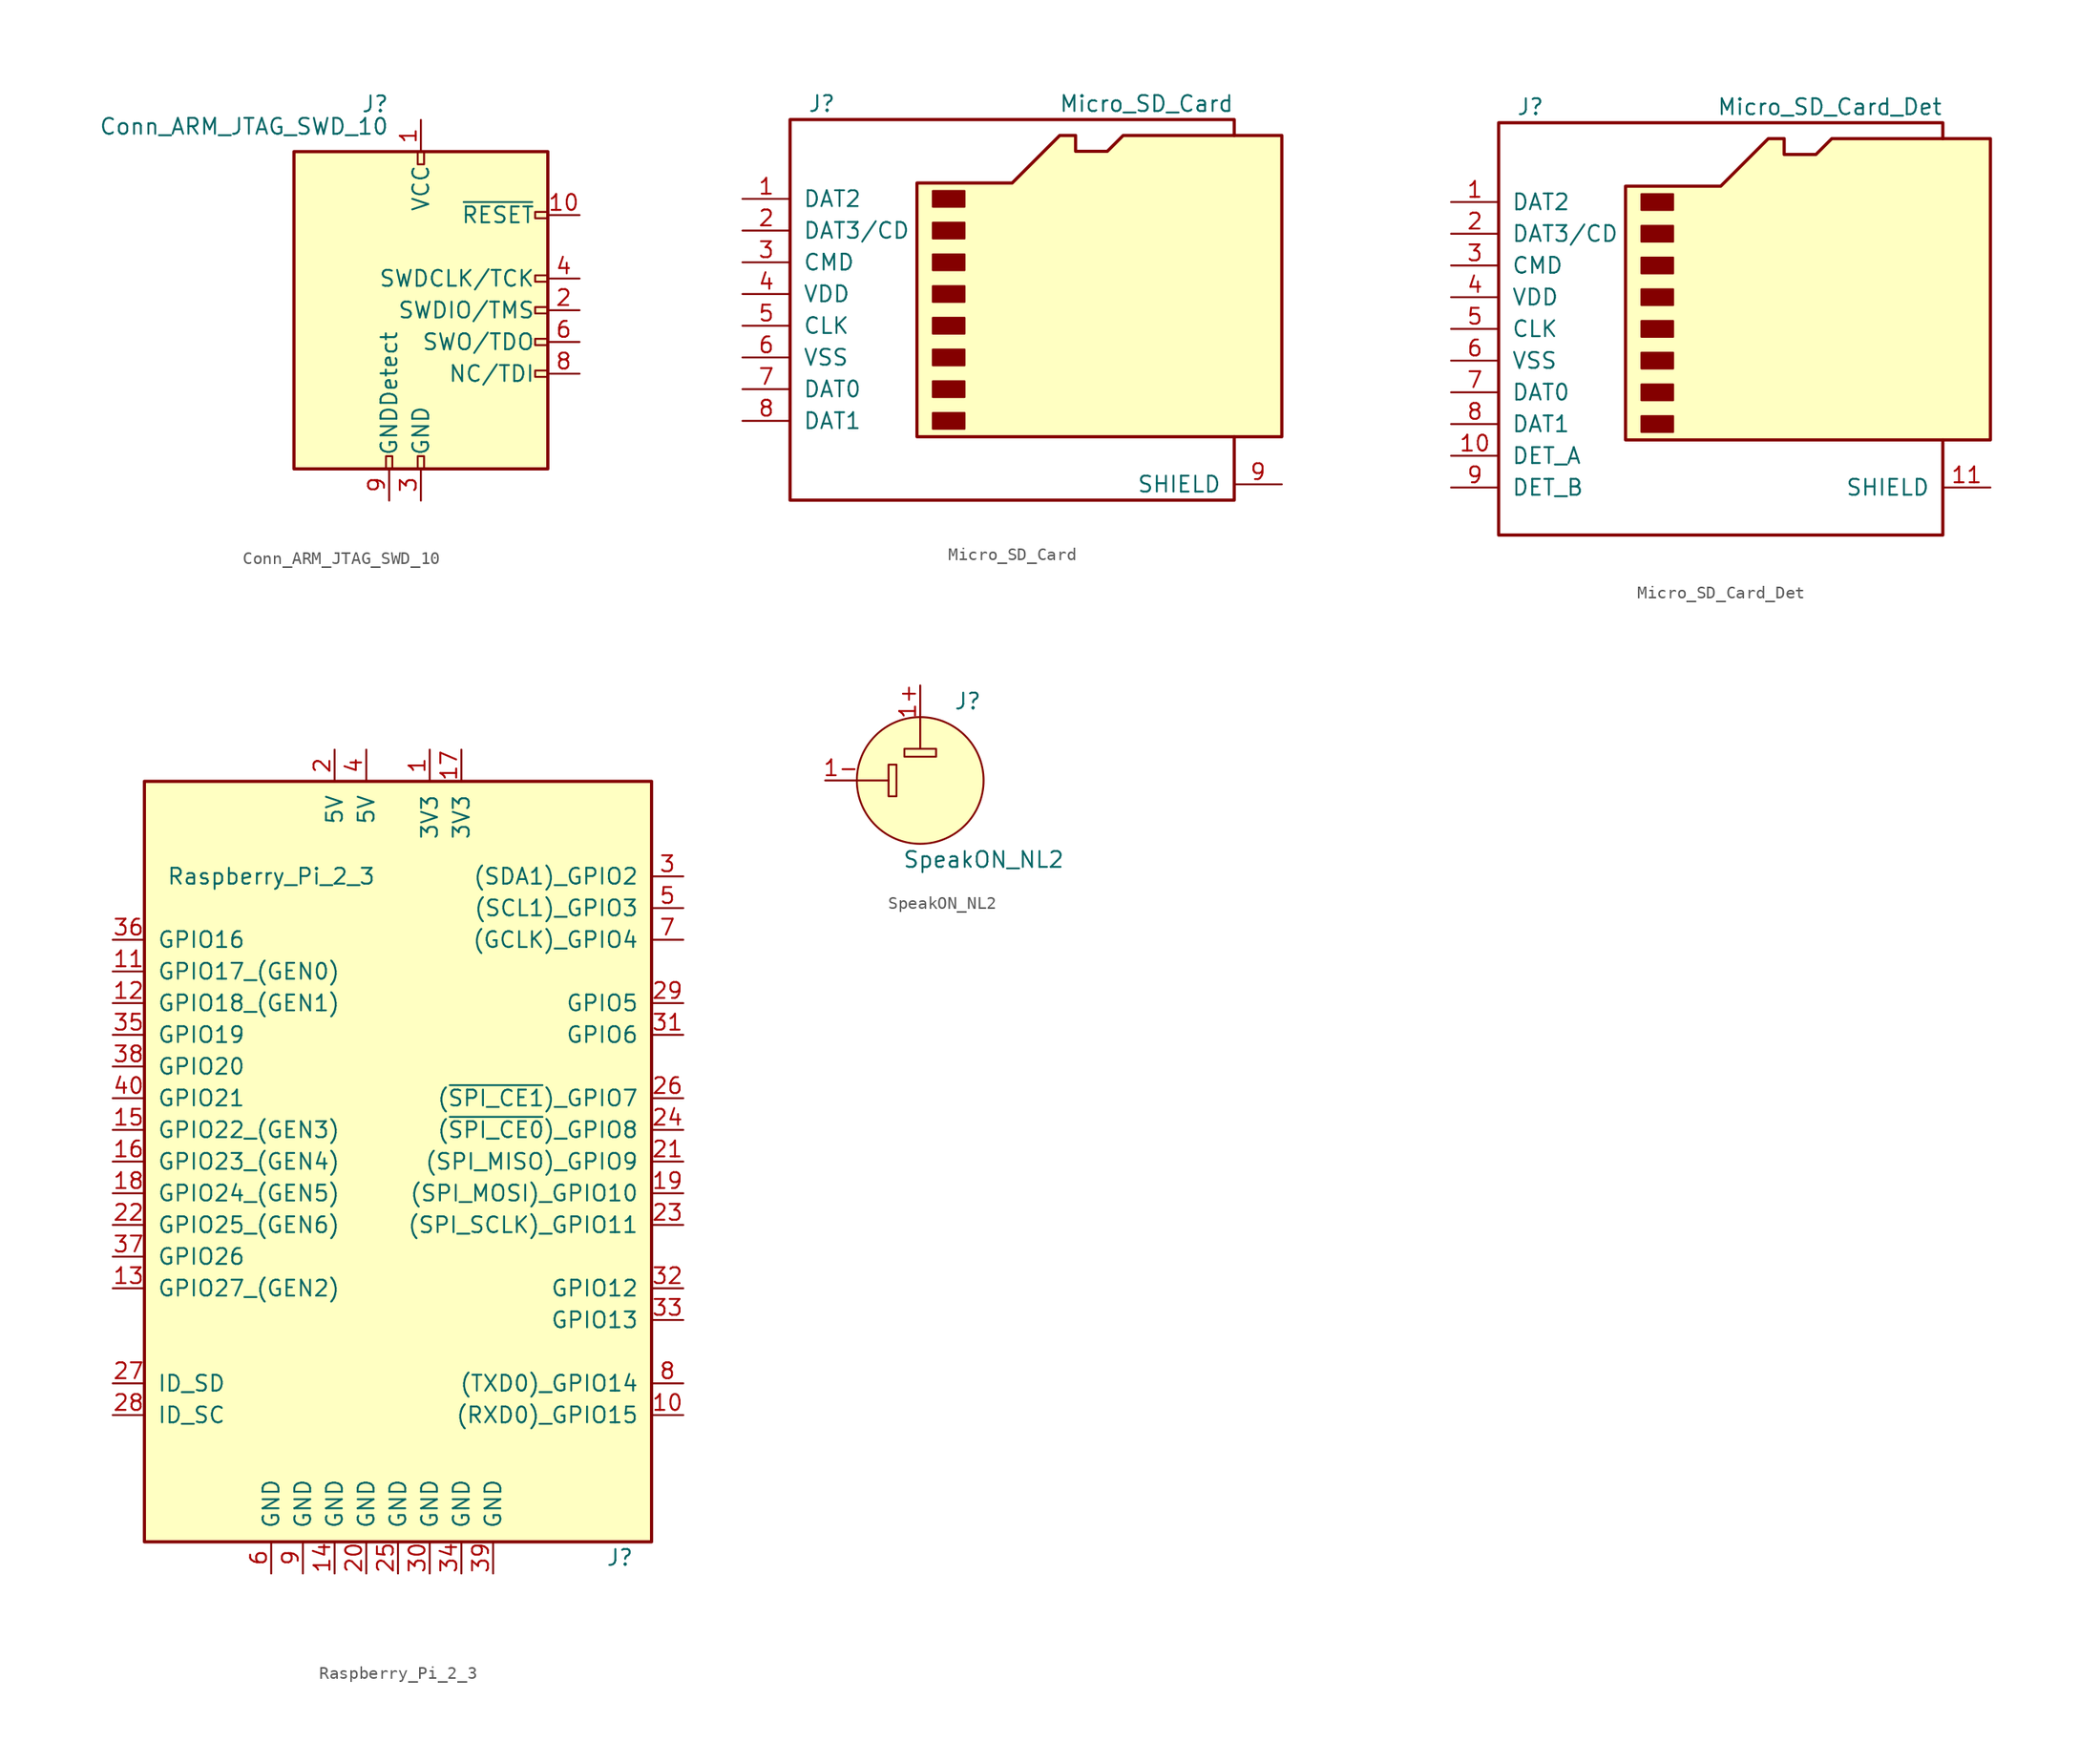
<source format=kicad_sym>
(kicad_symbol_lib
  (version 20201005)
  (generator kicad_symbol_editor)
  (symbol "Conn_ARM_JTAG_SWD_10"
    (pin_names
      (offset 1.016))
    (property "Reference" "J"
      (at -2.54 16.51 0)
      (effects (font (size 1.27 1.27)) (justify right)))
    (property "Value" "Conn_ARM_JTAG_SWD_10"
      (at -2.54 13.97 0)
      (effects (font (size 1.27 1.27)) (justify right bottom)))
    (symbol "Conn_ARM_JTAG_SWD_10_0_1"
      (rectangle (start -10.16 12.7) (end 10.16 -12.7) (stroke (width 0.254)) (fill (type background)))
      (rectangle (start -2.794 -12.7) (end -2.286 -11.684) (stroke (width 0)) (fill (type none)))
      (rectangle (start -0.254 -12.7) (end 0.254 -11.684) (stroke (width 0)) (fill (type none)))
      (rectangle (start -0.254 12.7) (end 0.254 11.684) (stroke (width 0)) (fill (type none)))
      (rectangle (start 9.144 2.286) (end 10.16 2.794) (stroke (width 0)) (fill (type none)))
      (rectangle (start 10.16 -2.794) (end 9.144 -2.286) (stroke (width 0)) (fill (type none)))
      (rectangle (start 10.16 -0.254) (end 9.144 0.254) (stroke (width 0)) (fill (type none)))
      (rectangle (start 10.16 7.874) (end 9.144 7.366) (stroke (width 0)) (fill (type none))))
    (symbol "Conn_ARM_JTAG_SWD_10_1_1"
      (rectangle (start 9.144 -5.334) (end 10.16 -4.826) (stroke (width 0)) (fill (type none)))
      (pin power_in line (at 0 15.24 270) (length 2.54) (name "VCC" (effects (font (size 1.27 1.27)))) (number "1" (effects (font (size 1.27 1.27)))))
      (pin open_collector line (at 12.7 7.62 180) (length 2.54) (name "~RESET~" (effects (font (size 1.27 1.27)))) (number "10" (effects (font (size 1.27 1.27)))))
      (pin bidirectional line (at 12.7 0 180) (length 2.54) (name "SWDIO/TMS" (effects (font (size 1.27 1.27)))) (number "2" (effects (font (size 1.27 1.27)))))
      (pin power_in line (at 0 -15.24 90) (length 2.54) (name "GND" (effects (font (size 1.27 1.27)))) (number "3" (effects (font (size 1.27 1.27)))))
      (pin output line (at 12.7 2.54 180) (length 2.54) (name "SWDCLK/TCK" (effects (font (size 1.27 1.27)))) (number "4" (effects (font (size 1.27 1.27)))))
      (pin passive line (at 0 -15.24 90) (length 2.54) hide (name "GND" (effects (font (size 1.27 1.27)))) (number "5" (effects (font (size 1.27 1.27)))))
      (pin input line (at 12.7 -2.54 180) (length 2.54) (name "SWO/TDO" (effects (font (size 1.27 1.27)))) (number "6" (effects (font (size 1.27 1.27)))))
      (pin no_connect line (at -10.16 0 0) (length 2.54) hide (name "KEY" (effects (font (size 1.27 1.27)))) (number "7" (effects (font (size 1.27 1.27)))))
      (pin output line (at 12.7 -5.08 180) (length 2.54) (name "NC/TDI" (effects (font (size 1.27 1.27)))) (number "8" (effects (font (size 1.27 1.27)))))
      (pin input line (at -2.54 -15.24 90) (length 2.54) (name "GNDDetect" (effects (font (size 1.27 1.27)))) (number "9" (effects (font (size 1.27 1.27)))))))
  (symbol "Micro_SD_Card"
    (pin_names
      (offset 1.016))
    (property "Reference" "J"
      (at -16.51 15.24 0)
      (effects (font (size 1.27 1.27))))
    (property "Value" "Micro_SD_Card"
      (at 16.51 15.24 0)
      (effects (font (size 1.27 1.27)) (justify right)))
    (symbol "Micro_SD_Card_0_1"
      (rectangle (start -7.62 -9.525) (end -5.08 -10.795) (stroke (width 0)) (fill (type outline)))
      (rectangle (start -7.62 -6.985) (end -5.08 -8.255) (stroke (width 0)) (fill (type outline)))
      (rectangle (start -7.62 -4.445) (end -5.08 -5.715) (stroke (width 0)) (fill (type outline)))
      (rectangle (start -7.62 -1.905) (end -5.08 -3.175) (stroke (width 0)) (fill (type outline)))
      (rectangle (start -7.62 0.635) (end -5.08 -0.635) (stroke (width 0)) (fill (type outline)))
      (rectangle (start -7.62 3.175) (end -5.08 1.905) (stroke (width 0)) (fill (type outline)))
      (rectangle (start -7.62 5.715) (end -5.08 4.445) (stroke (width 0)) (fill (type outline)))
      (rectangle (start -7.62 8.255) (end -5.08 6.985) (stroke (width 0)) (fill (type outline)))
      (polyline (pts (xy 16.51 12.7) (xy 16.51 13.97) (xy -19.05 13.97) (xy -19.05 -16.51) (xy 16.51 -16.51) (xy 16.51 -11.43)) (stroke (width 0.254)) (fill (type none)))
      (polyline (pts (xy -8.89 -11.43) (xy -8.89 8.89) (xy -1.27 8.89) (xy 2.54 12.7) (xy 3.81 12.7) (xy 3.81 11.43) (xy 6.35 11.43) (xy 7.62 12.7) (xy 20.32 12.7) (xy 20.32 -11.43) (xy -8.89 -11.43)) (stroke (width 0.254)) (fill (type background))))
    (symbol "Micro_SD_Card_1_1"
      (pin bidirectional line (at -22.86 7.62 0) (length 3.81) (name "DAT2" (effects (font (size 1.27 1.27)))) (number "1" (effects (font (size 1.27 1.27)))))
      (pin bidirectional line (at -22.86 5.08 0) (length 3.81) (name "DAT3/CD" (effects (font (size 1.27 1.27)))) (number "2" (effects (font (size 1.27 1.27)))))
      (pin input line (at -22.86 2.54 0) (length 3.81) (name "CMD" (effects (font (size 1.27 1.27)))) (number "3" (effects (font (size 1.27 1.27)))))
      (pin power_in line (at -22.86 0 0) (length 3.81) (name "VDD" (effects (font (size 1.27 1.27)))) (number "4" (effects (font (size 1.27 1.27)))))
      (pin input line (at -22.86 -2.54 0) (length 3.81) (name "CLK" (effects (font (size 1.27 1.27)))) (number "5" (effects (font (size 1.27 1.27)))))
      (pin power_in line (at -22.86 -5.08 0) (length 3.81) (name "VSS" (effects (font (size 1.27 1.27)))) (number "6" (effects (font (size 1.27 1.27)))))
      (pin input line (at -22.86 -7.62 0) (length 3.81) (name "DAT0" (effects (font (size 1.27 1.27)))) (number "7" (effects (font (size 1.27 1.27)))))
      (pin input line (at -22.86 -10.16 0) (length 3.81) (name "DAT1" (effects (font (size 1.27 1.27)))) (number "8" (effects (font (size 1.27 1.27)))))
      (pin passive line (at 20.32 -15.24 180) (length 3.81) (name "SHIELD" (effects (font (size 1.27 1.27)))) (number "9" (effects (font (size 1.27 1.27)))))))
  (symbol "Micro_SD_Card_Det"
    (pin_names
      (offset 1.016))
    (property "Reference" "J"
      (at -16.51 17.78 0)
      (effects (font (size 1.27 1.27))))
    (property "Value" "Micro_SD_Card_Det"
      (at 16.51 17.78 0)
      (effects (font (size 1.27 1.27)) (justify right)))
    (symbol "Micro_SD_Card_Det_0_1"
      (rectangle (start -7.62 -6.985) (end -5.08 -8.255) (stroke (width 0)) (fill (type outline)))
      (rectangle (start -7.62 -4.445) (end -5.08 -5.715) (stroke (width 0)) (fill (type outline)))
      (rectangle (start -7.62 -1.905) (end -5.08 -3.175) (stroke (width 0)) (fill (type outline)))
      (rectangle (start -7.62 0.635) (end -5.08 -0.635) (stroke (width 0)) (fill (type outline)))
      (rectangle (start -7.62 3.175) (end -5.08 1.905) (stroke (width 0)) (fill (type outline)))
      (rectangle (start -7.62 5.715) (end -5.08 4.445) (stroke (width 0)) (fill (type outline)))
      (rectangle (start -7.62 8.255) (end -5.08 6.985) (stroke (width 0)) (fill (type outline)))
      (rectangle (start -7.62 10.795) (end -5.08 9.525) (stroke (width 0)) (fill (type outline)))
      (polyline (pts (xy 16.51 15.24) (xy 16.51 16.51) (xy -19.05 16.51) (xy -19.05 -16.51) (xy 16.51 -16.51) (xy 16.51 -8.89)) (stroke (width 0.254)) (fill (type none)))
      (polyline (pts (xy -8.89 -8.89) (xy -8.89 11.43) (xy -1.27 11.43) (xy 2.54 15.24) (xy 3.81 15.24) (xy 3.81 13.97) (xy 6.35 13.97) (xy 7.62 15.24) (xy 20.32 15.24) (xy 20.32 -8.89) (xy -8.89 -8.89)) (stroke (width 0.254)) (fill (type background))))
    (symbol "Micro_SD_Card_Det_1_1"
      (pin bidirectional line (at -22.86 10.16 0) (length 3.81) (name "DAT2" (effects (font (size 1.27 1.27)))) (number "1" (effects (font (size 1.27 1.27)))))
      (pin passive line (at -22.86 -10.16 0) (length 3.81) (name "DET_A" (effects (font (size 1.27 1.27)))) (number "10" (effects (font (size 1.27 1.27)))))
      (pin passive line (at 20.32 -12.7 180) (length 3.81) (name "SHIELD" (effects (font (size 1.27 1.27)))) (number "11" (effects (font (size 1.27 1.27)))))
      (pin bidirectional line (at -22.86 7.62 0) (length 3.81) (name "DAT3/CD" (effects (font (size 1.27 1.27)))) (number "2" (effects (font (size 1.27 1.27)))))
      (pin input line (at -22.86 5.08 0) (length 3.81) (name "CMD" (effects (font (size 1.27 1.27)))) (number "3" (effects (font (size 1.27 1.27)))))
      (pin power_in line (at -22.86 2.54 0) (length 3.81) (name "VDD" (effects (font (size 1.27 1.27)))) (number "4" (effects (font (size 1.27 1.27)))))
      (pin input line (at -22.86 0 0) (length 3.81) (name "CLK" (effects (font (size 1.27 1.27)))) (number "5" (effects (font (size 1.27 1.27)))))
      (pin power_in line (at -22.86 -2.54 0) (length 3.81) (name "VSS" (effects (font (size 1.27 1.27)))) (number "6" (effects (font (size 1.27 1.27)))))
      (pin input line (at -22.86 -5.08 0) (length 3.81) (name "DAT0" (effects (font (size 1.27 1.27)))) (number "7" (effects (font (size 1.27 1.27)))))
      (pin input line (at -22.86 -7.62 0) (length 3.81) (name "DAT1" (effects (font (size 1.27 1.27)))) (number "8" (effects (font (size 1.27 1.27)))))
      (pin passive line (at -22.86 -12.7 0) (length 3.81) (name "DET_B" (effects (font (size 1.27 1.27)))) (number "9" (effects (font (size 1.27 1.27)))))))
  (symbol "Raspberry_Pi_2_3"
    (pin_names
      (offset 1.016))
    (property "Reference" "J"
      (at 17.78 -31.75 0)
      (effects (font (size 1.27 1.27))))
    (property "Value" "Raspberry_Pi_2_3"
      (at -10.16 22.86 0)
      (effects (font (size 1.27 1.27))))
    (symbol "Raspberry_Pi_2_3_0_1"
      (rectangle (start -20.32 30.48) (end 20.32 -30.48) (stroke (width 0.254)) (fill (type background))))
    (symbol "Raspberry_Pi_2_3_1_1"
      (pin power_in line (at 2.54 33.02 270) (length 2.54) (name "3V3" (effects (font (size 1.27 1.27)))) (number "1" (effects (font (size 1.27 1.27)))))
      (pin bidirectional line (at 22.86 -20.32 180) (length 2.54) (name "(RXD0)_GPIO15" (effects (font (size 1.27 1.27)))) (number "10" (effects (font (size 1.27 1.27)))))
      (pin bidirectional line (at -22.86 15.24 0) (length 2.54) (name "GPIO17_(GEN0)" (effects (font (size 1.27 1.27)))) (number "11" (effects (font (size 1.27 1.27)))))
      (pin bidirectional line (at -22.86 12.7 0) (length 2.54) (name "GPIO18_(GEN1)" (effects (font (size 1.27 1.27)))) (number "12" (effects (font (size 1.27 1.27)))))
      (pin bidirectional line (at -22.86 -10.16 0) (length 2.54) (name "GPIO27_(GEN2)" (effects (font (size 1.27 1.27)))) (number "13" (effects (font (size 1.27 1.27)))))
      (pin power_in line (at -5.08 -33.02 90) (length 2.54) (name "GND" (effects (font (size 1.27 1.27)))) (number "14" (effects (font (size 1.27 1.27)))))
      (pin bidirectional line (at -22.86 2.54 0) (length 2.54) (name "GPIO22_(GEN3)" (effects (font (size 1.27 1.27)))) (number "15" (effects (font (size 1.27 1.27)))))
      (pin bidirectional line (at -22.86 0 0) (length 2.54) (name "GPIO23_(GEN4)" (effects (font (size 1.27 1.27)))) (number "16" (effects (font (size 1.27 1.27)))))
      (pin power_in line (at 5.08 33.02 270) (length 2.54) (name "3V3" (effects (font (size 1.27 1.27)))) (number "17" (effects (font (size 1.27 1.27)))))
      (pin bidirectional line (at -22.86 -2.54 0) (length 2.54) (name "GPIO24_(GEN5)" (effects (font (size 1.27 1.27)))) (number "18" (effects (font (size 1.27 1.27)))))
      (pin bidirectional line (at 22.86 -2.54 180) (length 2.54) (name "(SPI_MOSI)_GPIO10" (effects (font (size 1.27 1.27)))) (number "19" (effects (font (size 1.27 1.27)))))
      (pin power_in line (at -5.08 33.02 270) (length 2.54) (name "5V" (effects (font (size 1.27 1.27)))) (number "2" (effects (font (size 1.27 1.27)))))
      (pin power_in line (at -2.54 -33.02 90) (length 2.54) (name "GND" (effects (font (size 1.27 1.27)))) (number "20" (effects (font (size 1.27 1.27)))))
      (pin bidirectional line (at 22.86 0 180) (length 2.54) (name "(SPI_MISO)_GPIO9" (effects (font (size 1.27 1.27)))) (number "21" (effects (font (size 1.27 1.27)))))
      (pin bidirectional line (at -22.86 -5.08 0) (length 2.54) (name "GPIO25_(GEN6)" (effects (font (size 1.27 1.27)))) (number "22" (effects (font (size 1.27 1.27)))))
      (pin bidirectional line (at 22.86 -5.08 180) (length 2.54) (name "(SPI_SCLK)_GPIO11" (effects (font (size 1.27 1.27)))) (number "23" (effects (font (size 1.27 1.27)))))
      (pin bidirectional line (at 22.86 2.54 180) (length 2.54) (name "(~SPI_CE0~)_GPIO8" (effects (font (size 1.27 1.27)))) (number "24" (effects (font (size 1.27 1.27)))))
      (pin power_in line (at 0 -33.02 90) (length 2.54) (name "GND" (effects (font (size 1.27 1.27)))) (number "25" (effects (font (size 1.27 1.27)))))
      (pin bidirectional line (at 22.86 5.08 180) (length 2.54) (name "(~SPI_CE1~)_GPIO7" (effects (font (size 1.27 1.27)))) (number "26" (effects (font (size 1.27 1.27)))))
      (pin bidirectional line (at -22.86 -17.78 0) (length 2.54) (name "ID_SD" (effects (font (size 1.27 1.27)))) (number "27" (effects (font (size 1.27 1.27)))))
      (pin bidirectional line (at -22.86 -20.32 0) (length 2.54) (name "ID_SC" (effects (font (size 1.27 1.27)))) (number "28" (effects (font (size 1.27 1.27)))))
      (pin bidirectional line (at 22.86 12.7 180) (length 2.54) (name "GPIO5" (effects (font (size 1.27 1.27)))) (number "29" (effects (font (size 1.27 1.27)))))
      (pin bidirectional line (at 22.86 22.86 180) (length 2.54) (name "(SDA1)_GPIO2" (effects (font (size 1.27 1.27)))) (number "3" (effects (font (size 1.27 1.27)))))
      (pin power_in line (at 2.54 -33.02 90) (length 2.54) (name "GND" (effects (font (size 1.27 1.27)))) (number "30" (effects (font (size 1.27 1.27)))))
      (pin bidirectional line (at 22.86 10.16 180) (length 2.54) (name "GPIO6" (effects (font (size 1.27 1.27)))) (number "31" (effects (font (size 1.27 1.27)))))
      (pin bidirectional line (at 22.86 -10.16 180) (length 2.54) (name "GPIO12" (effects (font (size 1.27 1.27)))) (number "32" (effects (font (size 1.27 1.27)))))
      (pin bidirectional line (at 22.86 -12.7 180) (length 2.54) (name "GPIO13" (effects (font (size 1.27 1.27)))) (number "33" (effects (font (size 1.27 1.27)))))
      (pin power_in line (at 5.08 -33.02 90) (length 2.54) (name "GND" (effects (font (size 1.27 1.27)))) (number "34" (effects (font (size 1.27 1.27)))))
      (pin bidirectional line (at -22.86 10.16 0) (length 2.54) (name "GPIO19" (effects (font (size 1.27 1.27)))) (number "35" (effects (font (size 1.27 1.27)))))
      (pin bidirectional line (at -22.86 17.78 0) (length 2.54) (name "GPIO16" (effects (font (size 1.27 1.27)))) (number "36" (effects (font (size 1.27 1.27)))))
      (pin bidirectional line (at -22.86 -7.62 0) (length 2.54) (name "GPIO26" (effects (font (size 1.27 1.27)))) (number "37" (effects (font (size 1.27 1.27)))))
      (pin bidirectional line (at -22.86 7.62 0) (length 2.54) (name "GPIO20" (effects (font (size 1.27 1.27)))) (number "38" (effects (font (size 1.27 1.27)))))
      (pin power_in line (at 7.62 -33.02 90) (length 2.54) (name "GND" (effects (font (size 1.27 1.27)))) (number "39" (effects (font (size 1.27 1.27)))))
      (pin power_in line (at -2.54 33.02 270) (length 2.54) (name "5V" (effects (font (size 1.27 1.27)))) (number "4" (effects (font (size 1.27 1.27)))))
      (pin bidirectional line (at -22.86 5.08 0) (length 2.54) (name "GPIO21" (effects (font (size 1.27 1.27)))) (number "40" (effects (font (size 1.27 1.27)))))
      (pin bidirectional line (at 22.86 20.32 180) (length 2.54) (name "(SCL1)_GPIO3" (effects (font (size 1.27 1.27)))) (number "5" (effects (font (size 1.27 1.27)))))
      (pin power_in line (at -10.16 -33.02 90) (length 2.54) (name "GND" (effects (font (size 1.27 1.27)))) (number "6" (effects (font (size 1.27 1.27)))))
      (pin bidirectional line (at 22.86 17.78 180) (length 2.54) (name "(GCLK)_GPIO4" (effects (font (size 1.27 1.27)))) (number "7" (effects (font (size 1.27 1.27)))))
      (pin bidirectional line (at 22.86 -17.78 180) (length 2.54) (name "(TXD0)_GPIO14" (effects (font (size 1.27 1.27)))) (number "8" (effects (font (size 1.27 1.27)))))
      (pin power_in line (at -7.62 -33.02 90) (length 2.54) (name "GND" (effects (font (size 1.27 1.27)))) (number "9" (effects (font (size 1.27 1.27)))))))
  (symbol "SpeakON_NL2"
    (pin_names hide)
    (property "Reference" "J"
      (at 3.81 6.35 0)
      (effects (font (size 1.27 1.27))))
    (property "Value" "SpeakON_NL2"
      (at 5.08 -6.35 0)
      (effects (font (size 1.27 1.27))))
    (symbol "SpeakON_NL2_0_1"
      (circle (center 0 0) (radius 5.08) (stroke (width 0)) (fill (type background)))
      (rectangle (start -2.54 1.27) (end -1.905 -1.27) (stroke (width 0)) (fill (type none)))
      (rectangle (start -1.27 2.54) (end 1.27 1.905) (stroke (width 0)) (fill (type none)))
      (polyline (pts (xy -5.08 0) (xy -2.54 0)) (stroke (width 0)) (fill (type none)))
      (polyline (pts (xy 0 5.08) (xy 0 2.54)) (stroke (width 0)) (fill (type none)))
      (pin passive line (at -7.62 0 0) (length 2.54) (name "1-" (effects (font (size 1.27 1.27)))) (number "1-" (effects (font (size 1.27 1.27))))))
    (symbol "SpeakON_NL2_1_1"
      (pin passive line (at 0 7.62 270) (length 2.54) (name "1+" (effects (font (size 1.27 1.27)))) (number "1+" (effects (font (size 1.27 1.27))))))))
</source>
